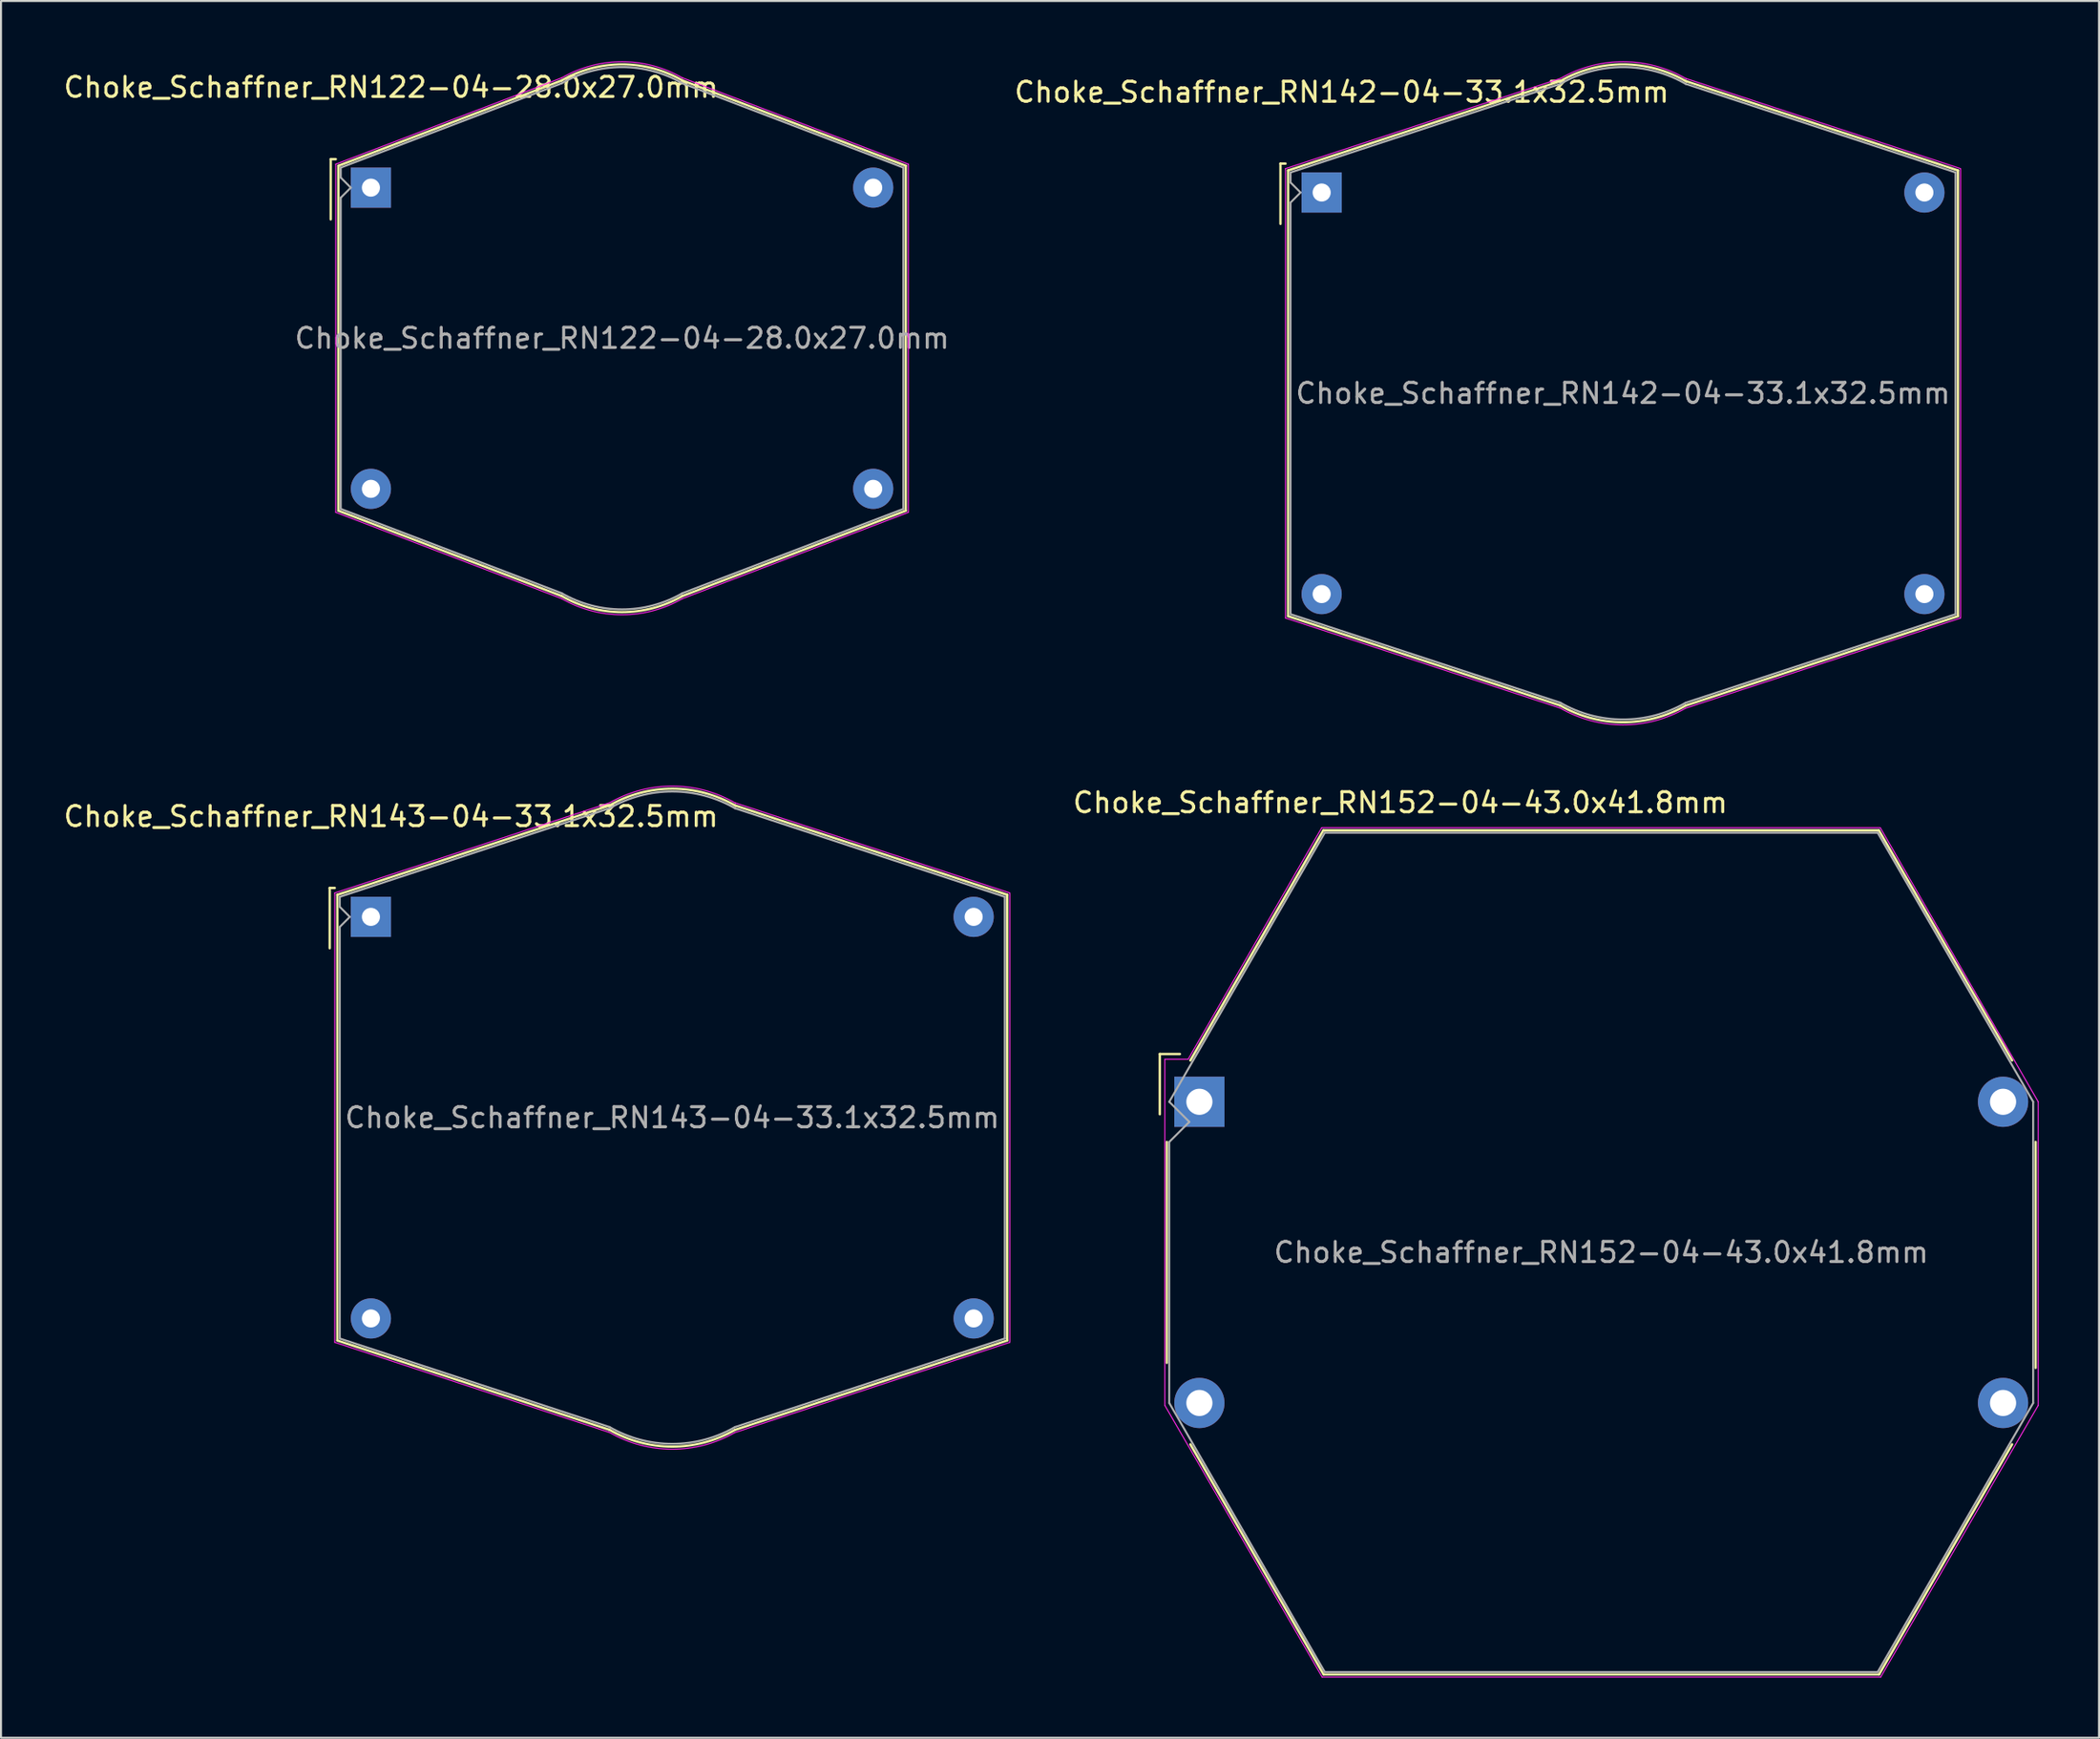
<source format=kicad_pcb>
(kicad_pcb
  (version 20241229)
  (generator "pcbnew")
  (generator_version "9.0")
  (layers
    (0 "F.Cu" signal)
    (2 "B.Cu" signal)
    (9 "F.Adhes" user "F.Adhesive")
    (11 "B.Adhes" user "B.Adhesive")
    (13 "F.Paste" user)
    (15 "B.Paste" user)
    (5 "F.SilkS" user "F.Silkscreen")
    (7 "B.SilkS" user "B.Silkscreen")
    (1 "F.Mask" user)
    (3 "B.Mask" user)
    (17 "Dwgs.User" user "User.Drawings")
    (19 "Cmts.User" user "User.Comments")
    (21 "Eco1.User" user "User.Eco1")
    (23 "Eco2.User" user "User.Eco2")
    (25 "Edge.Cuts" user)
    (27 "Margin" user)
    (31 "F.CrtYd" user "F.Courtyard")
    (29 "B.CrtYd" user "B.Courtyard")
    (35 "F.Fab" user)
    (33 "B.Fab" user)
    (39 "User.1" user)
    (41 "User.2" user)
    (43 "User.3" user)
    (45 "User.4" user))
  (footprint "Choke_Schaffner_RN122-04-28.0x27.0mm"
    (layer "F.Cu")
    (at 15.411 6.296)
    (property "Reference" "Choke_Schaffner_RN122-04-28.0x27.0mm" (at 1 -5 0) (layer "F.SilkS") (effects (font (size 1 1) (thickness 0.15))))
    (attr through_hole)
    (fp_line (start -2 -1.42) (end -2 1.58) (stroke (width 0.12) (type solid)) (layer "F.SilkS"))
    (fp_line (start -2 -1.42) (end -1.75 -1.42) (stroke (width 0.12) (type solid)) (layer "F.SilkS"))
    (fp_line (start -1.62 -1.09) (end 9.5 -5.34) (stroke (width 0.12) (type solid)) (layer "F.SilkS"))
    (fp_line (start -1.62 16.09) (end -1.62 -1.09) (stroke (width 0.12) (type solid)) (layer "F.SilkS"))
    (fp_line (start 9.5 20.34) (end -1.62 16.09) (stroke (width 0.12) (type solid)) (layer "F.SilkS"))
    (fp_line (start 15.5 -5.34) (end 26.62 -1.09) (stroke (width 0.12) (type solid)) (layer "F.SilkS"))
    (fp_line (start 26.62 -1.09) (end 26.62 16.09) (stroke (width 0.12) (type solid)) (layer "F.SilkS"))
    (fp_line (start 26.62 16.09) (end 15.5 20.34) (stroke (width 0.12) (type solid)) (layer "F.SilkS"))
    (fp_arc (start 9.5 -5.34) (mid 12.511924 -6.140653) (end 15.520653 -5.328076) (stroke (width 0.12) (type solid)) (layer "F.SilkS"))
    (fp_arc (start 15.5 20.34) (mid 12.488076 21.140653) (end 9.479347 20.328076) (stroke (width 0.12) (type solid)) (layer "F.SilkS"))
    (fp_line (start -1.75 -1.17) (end 9.5 -5.47) (stroke (width 0.05) (type solid)) (layer "F.CrtYd"))
    (fp_line (start -1.75 16.17) (end -1.75 -1.17) (stroke (width 0.05) (type solid)) (layer "F.CrtYd"))
    (fp_line (start 9.5 20.47) (end -1.75 16.17) (stroke (width 0.05) (type solid)) (layer "F.CrtYd"))
    (fp_line (start 15.5 -5.47) (end 26.75 -1.17) (stroke (width 0.05) (type solid)) (layer "F.CrtYd"))
    (fp_line (start 26.75 -1.17) (end 26.75 16.17) (stroke (width 0.05) (type solid)) (layer "F.CrtYd"))
    (fp_line (start 26.75 16.17) (end 15.5 20.47) (stroke (width 0.05) (type solid)) (layer "F.CrtYd"))
    (fp_arc (start 9.5 -5.47) (mid 12.511924 -6.270653) (end 15.520653 -5.458076) (stroke (width 0.05) (type solid)) (layer "F.CrtYd"))
    (fp_arc (start 15.5 20.47) (mid 12.488076 21.270653) (end 9.479347 20.458076) (stroke (width 0.05) (type solid)) (layer "F.CrtYd"))
    (fp_line (start -1.5 -1) (end 9.5 -5.2) (stroke (width 0.1) (type solid)) (layer "F.Fab"))
    (fp_line (start -1.5 -0.5) (end -1.5 -1) (stroke (width 0.1) (type solid)) (layer "F.Fab"))
    (fp_line (start -1.5 0.5) (end -1 0) (stroke (width 0.1) (type solid)) (layer "F.Fab"))
    (fp_line (start -1.5 16) (end -1.5 0.5) (stroke (width 0.1) (type solid)) (layer "F.Fab"))
    (fp_line (start -1 0) (end -1.5 -0.5) (stroke (width 0.1) (type solid)) (layer "F.Fab"))
    (fp_line (start 9.5 20.2) (end -1.5 16) (stroke (width 0.1) (type solid)) (layer "F.Fab"))
    (fp_line (start 15.5 -5.2) (end 26.5 -1) (stroke (width 0.1) (type solid)) (layer "F.Fab"))
    (fp_line (start 26.5 -1) (end 26.5 16) (stroke (width 0.1) (type solid)) (layer "F.Fab"))
    (fp_line (start 26.5 16) (end 15.5 20.2) (stroke (width 0.1) (type solid)) (layer "F.Fab"))
    (fp_arc (start 9.5 -5.2) (mid 12.501924 -6.003332) (end 15.503332 -5.198076) (stroke (width 0.1) (type solid)) (layer "F.Fab"))
    (fp_arc (start 15.5 20.2) (mid 12.498076 21.003332) (end 9.496668 20.198076) (stroke (width 0.1) (type solid)) (layer "F.Fab"))
    (fp_text user "${REFERENCE}" (at 12.5 7.5 0) (layer "F.Fab") (effects (font (size 1 1) (thickness 0.15))))
    (pad "1" thru_hole rect (at 0 0) (size 2 2) (drill 0.9) (layers "*.Cu" "*.Mask"))
    (pad "2" thru_hole circle (at 25 0) (size 2 2) (drill 0.9) (layers "*.Cu" "*.Mask"))
    (pad "3" thru_hole circle (at 0 15) (size 2 2) (drill 0.9) (layers "*.Cu" "*.Mask"))
    (pad "4" thru_hole circle (at 25 15) (size 2 2) (drill 0.9) (layers "*.Cu" "*.Mask")))
  (footprint "Choke_Schaffner_RN143-04-33.1x32.5mm"
    (layer "F.Cu")
    (at 15.411 42.613)
    (property "Reference" "Choke_Schaffner_RN143-04-33.1x32.5mm" (at 1 -5 0) (layer "F.SilkS") (effects (font (size 1 1) (thickness 0.15))))
    (attr through_hole)
    (fp_line (start -2.05 -1.44) (end -2.05 1.56) (stroke (width 0.12) (type solid)) (layer "F.SilkS"))
    (fp_line (start -2.05 -1.44) (end -1.8 -1.44) (stroke (width 0.12) (type solid)) (layer "F.SilkS"))
    (fp_line (start -1.67 -1.1) (end 11.88 -5.55) (stroke (width 0.12) (type solid)) (layer "F.SilkS"))
    (fp_line (start -1.67 21.1) (end -1.67 -1.1) (stroke (width 0.12) (type solid)) (layer "F.SilkS"))
    (fp_line (start 11.88 25.55) (end -1.67 21.1) (stroke (width 0.12) (type solid)) (layer "F.SilkS"))
    (fp_line (start 18.12 -5.55) (end 31.67 -1.1) (stroke (width 0.12) (type solid)) (layer "F.SilkS"))
    (fp_line (start 31.67 -1.1) (end 31.67 21.1) (stroke (width 0.12) (type solid)) (layer "F.SilkS"))
    (fp_line (start 31.67 21.1) (end 18.12 25.55) (stroke (width 0.12) (type solid)) (layer "F.SilkS"))
    (fp_arc (start 11.88 -5.55) (mid 15.013001 -6.382518) (end 18.142518 -5.536999) (stroke (width 0.12) (type solid)) (layer "F.SilkS"))
    (fp_arc (start 18.12 25.55) (mid 14.986999 26.382518) (end 11.857482 25.536999) (stroke (width 0.12) (type solid)) (layer "F.SilkS"))
    (fp_line (start -1.8 -1.19) (end 11.88 -5.68) (stroke (width 0.05) (type solid)) (layer "F.CrtYd"))
    (fp_line (start -1.8 21.19) (end -1.8 -1.19) (stroke (width 0.05) (type solid)) (layer "F.CrtYd"))
    (fp_line (start 11.88 25.68) (end -1.8 21.19) (stroke (width 0.05) (type solid)) (layer "F.CrtYd"))
    (fp_line (start 18.12 -5.68) (end 31.8 -1.19) (stroke (width 0.05) (type solid)) (layer "F.CrtYd"))
    (fp_line (start 31.8 -1.19) (end 31.8 21.19) (stroke (width 0.05) (type solid)) (layer "F.CrtYd"))
    (fp_line (start 31.8 21.19) (end 18.12 25.68) (stroke (width 0.05) (type solid)) (layer "F.CrtYd"))
    (fp_arc (start 11.88 -5.68) (mid 15.013001 -6.512518) (end 18.142518 -5.666999) (stroke (width 0.05) (type solid)) (layer "F.CrtYd"))
    (fp_arc (start 18.12 25.68) (mid 14.986999 26.512518) (end 11.857482 25.666999) (stroke (width 0.05) (type solid)) (layer "F.CrtYd"))
    (fp_line (start -1.55 -1) (end 11.88 -5.41) (stroke (width 0.1) (type solid)) (layer "F.Fab"))
    (fp_line (start -1.55 -0.5) (end -1.55 -1) (stroke (width 0.1) (type solid)) (layer "F.Fab"))
    (fp_line (start -1.55 0.5) (end -1.05 0) (stroke (width 0.1) (type solid)) (layer "F.Fab"))
    (fp_line (start -1.55 21) (end -1.55 0.5) (stroke (width 0.1) (type solid)) (layer "F.Fab"))
    (fp_line (start -1.05 0) (end -1.55 -0.5) (stroke (width 0.1) (type solid)) (layer "F.Fab"))
    (fp_line (start 11.88 25.41) (end -1.55 21) (stroke (width 0.1) (type solid)) (layer "F.Fab"))
    (fp_line (start 18.12 -5.41) (end 31.55 -1) (stroke (width 0.1) (type solid)) (layer "F.Fab"))
    (fp_line (start 31.55 -1) (end 31.55 21) (stroke (width 0.1) (type solid)) (layer "F.Fab"))
    (fp_line (start 31.55 21) (end 18.12 25.41) (stroke (width 0.1) (type solid)) (layer "F.Fab"))
    (fp_arc (start 11.88 -5.41) (mid 15.003001 -6.245197) (end 18.125197 -5.406999) (stroke (width 0.1) (type solid)) (layer "F.Fab"))
    (fp_arc (start 18.12 25.41) (mid 14.996999 26.245197) (end 11.874803 25.406999) (stroke (width 0.1) (type solid)) (layer "F.Fab"))
    (fp_text user "${REFERENCE}" (at 15 10 0) (layer "F.Fab") (effects (font (size 1 1) (thickness 0.15))))
    (pad "1" thru_hole rect (at 0 0) (size 2 2) (drill 0.9) (layers "*.Cu" "*.Mask"))
    (pad "2" thru_hole circle (at 30 0) (size 2 2) (drill 0.9) (layers "*.Cu" "*.Mask"))
    (pad "3" thru_hole circle (at 0 20) (size 2 2) (drill 0.9) (layers "*.Cu" "*.Mask"))
    (pad "4" thru_hole circle (at 30 20) (size 2 2) (drill 0.9) (layers "*.Cu" "*.Mask")))
  (footprint "Choke_Schaffner_RN142-04-33.1x32.5mm"
    (layer "F.Cu")
    (at 62.732 6.538)
    (property "Reference" "Choke_Schaffner_RN142-04-33.1x32.5mm" (at 1 -5 0) (layer "F.SilkS") (effects (font (size 1 1) (thickness 0.15))))
    (attr through_hole)
    (fp_line (start -2.05 -1.44) (end -2.05 1.56) (stroke (width 0.12) (type solid)) (layer "F.SilkS"))
    (fp_line (start -2.05 -1.44) (end -1.8 -1.44) (stroke (width 0.12) (type solid)) (layer "F.SilkS"))
    (fp_line (start -1.67 -1.1) (end 11.88 -5.55) (stroke (width 0.12) (type solid)) (layer "F.SilkS"))
    (fp_line (start -1.67 21.1) (end -1.67 -1.1) (stroke (width 0.12) (type solid)) (layer "F.SilkS"))
    (fp_line (start 11.88 25.55) (end -1.67 21.1) (stroke (width 0.12) (type solid)) (layer "F.SilkS"))
    (fp_line (start 18.12 -5.55) (end 31.67 -1.1) (stroke (width 0.12) (type solid)) (layer "F.SilkS"))
    (fp_line (start 31.67 -1.1) (end 31.67 21.1) (stroke (width 0.12) (type solid)) (layer "F.SilkS"))
    (fp_line (start 31.67 21.1) (end 18.12 25.55) (stroke (width 0.12) (type solid)) (layer "F.SilkS"))
    (fp_arc (start 11.88 -5.55) (mid 15.013001 -6.382518) (end 18.142518 -5.536999) (stroke (width 0.12) (type solid)) (layer "F.SilkS"))
    (fp_arc (start 18.12 25.55) (mid 14.986999 26.382518) (end 11.857482 25.536999) (stroke (width 0.12) (type solid)) (layer "F.SilkS"))
    (fp_line (start -1.8 -1.19) (end 11.88 -5.68) (stroke (width 0.05) (type solid)) (layer "F.CrtYd"))
    (fp_line (start -1.8 21.19) (end -1.8 -1.19) (stroke (width 0.05) (type solid)) (layer "F.CrtYd"))
    (fp_line (start 11.88 25.68) (end -1.8 21.19) (stroke (width 0.05) (type solid)) (layer "F.CrtYd"))
    (fp_line (start 18.12 -5.68) (end 31.8 -1.19) (stroke (width 0.05) (type solid)) (layer "F.CrtYd"))
    (fp_line (start 31.8 -1.19) (end 31.8 21.19) (stroke (width 0.05) (type solid)) (layer "F.CrtYd"))
    (fp_line (start 31.8 21.19) (end 18.12 25.68) (stroke (width 0.05) (type solid)) (layer "F.CrtYd"))
    (fp_arc (start 11.88 -5.68) (mid 15.013001 -6.512518) (end 18.142518 -5.666999) (stroke (width 0.05) (type solid)) (layer "F.CrtYd"))
    (fp_arc (start 18.12 25.68) (mid 14.986999 26.512518) (end 11.857482 25.666999) (stroke (width 0.05) (type solid)) (layer "F.CrtYd"))
    (fp_line (start -1.55 -1) (end 11.88 -5.41) (stroke (width 0.1) (type solid)) (layer "F.Fab"))
    (fp_line (start -1.55 -0.5) (end -1.55 -1) (stroke (width 0.1) (type solid)) (layer "F.Fab"))
    (fp_line (start -1.55 0.5) (end -1.05 0) (stroke (width 0.1) (type solid)) (layer "F.Fab"))
    (fp_line (start -1.55 21) (end -1.55 0.5) (stroke (width 0.1) (type solid)) (layer "F.Fab"))
    (fp_line (start -1.05 0) (end -1.55 -0.5) (stroke (width 0.1) (type solid)) (layer "F.Fab"))
    (fp_line (start 11.88 25.41) (end -1.55 21) (stroke (width 0.1) (type solid)) (layer "F.Fab"))
    (fp_line (start 18.12 -5.41) (end 31.55 -1) (stroke (width 0.1) (type solid)) (layer "F.Fab"))
    (fp_line (start 31.55 -1) (end 31.55 21) (stroke (width 0.1) (type solid)) (layer "F.Fab"))
    (fp_line (start 31.55 21) (end 18.12 25.41) (stroke (width 0.1) (type solid)) (layer "F.Fab"))
    (fp_arc (start 11.88 -5.41) (mid 15.003001 -6.245197) (end 18.125197 -5.406999) (stroke (width 0.1) (type solid)) (layer "F.Fab"))
    (fp_arc (start 18.12 25.41) (mid 14.996999 26.245197) (end 11.874803 25.406999) (stroke (width 0.1) (type solid)) (layer "F.Fab"))
    (fp_text user "${REFERENCE}" (at 15 10 0) (layer "F.Fab") (effects (font (size 1 1) (thickness 0.15))))
    (pad "1" thru_hole rect (at 0 0) (size 2 2) (drill 0.9) (layers "*.Cu" "*.Mask"))
    (pad "2" thru_hole circle (at 30 0) (size 2 2) (drill 0.9) (layers "*.Cu" "*.Mask"))
    (pad "3" thru_hole circle (at 0 20) (size 2 2) (drill 0.9) (layers "*.Cu" "*.Mask"))
    (pad "4" thru_hole circle (at 30 20) (size 2 2) (drill 0.9) (layers "*.Cu" "*.Mask")))
  (footprint "Choke_Schaffner_RN152-04-43.0x41.8mm"
    (layer "F.Cu")
    (at 56.646 51.823)
    (property "Reference" "Choke_Schaffner_RN152-04-43.0x41.8mm" (at 10 -14.9 0) (layer "F.SilkS") (effects (font (size 1 1) (thickness 0.15))))
    (attr through_hole)
    (fp_line (start -1.97 -2.38) (end -1.97 0.62) (stroke (width 0.12) (type solid)) (layer "F.SilkS"))
    (fp_line (start -1.97 -2.38) (end -0.97 -2.38) (stroke (width 0.12) (type solid)) (layer "F.SilkS"))
    (fp_line (start -1.62 13) (end -1.62 2) (stroke (width 0.12) (type solid)) (layer "F.SilkS"))
    (fp_line (start -0.45 -2.06) (end 6.17 -13.52) (stroke (width 0.12) (type solid)) (layer "F.SilkS"))
    (fp_line (start 6.17 -13.52) (end 33.82 -13.52) (stroke (width 0.12) (type solid)) (layer "F.SilkS"))
    (fp_line (start 6.18 28.52) (end -0.45 17.06) (stroke (width 0.12) (type solid)) (layer "F.SilkS"))
    (fp_line (start 33.82 -13.52) (end 40.45 -2.06) (stroke (width 0.12) (type solid)) (layer "F.SilkS"))
    (fp_line (start 33.83 28.52) (end 6.18 28.52) (stroke (width 0.12) (type solid)) (layer "F.SilkS"))
    (fp_line (start 40.45 17.06) (end 33.83 28.52) (stroke (width 0.12) (type solid)) (layer "F.SilkS"))
    (fp_line (start 41.62 2) (end 41.62 13.25) (stroke (width 0.12) (type solid)) (layer "F.SilkS"))
    (fp_line (start -1.72 -2.12) (end -0.56 -2.12) (stroke (width 0.05) (type solid)) (layer "F.CrtYd"))
    (fp_line (start -1.72 15.12) (end -1.72 -2.12) (stroke (width 0.05) (type solid)) (layer "F.CrtYd"))
    (fp_line (start -0.56 -2.12) (end 6.09 -13.65) (stroke (width 0.05) (type solid)) (layer "F.CrtYd"))
    (fp_line (start 6.09 -13.65) (end 33.89 -13.65) (stroke (width 0.05) (type solid)) (layer "F.CrtYd"))
    (fp_line (start 6.11 28.65) (end -1.72 15.12) (stroke (width 0.05) (type solid)) (layer "F.CrtYd"))
    (fp_line (start 33.89 -13.65) (end 41.75 0) (stroke (width 0.05) (type solid)) (layer "F.CrtYd"))
    (fp_line (start 33.91 28.65) (end 6.11 28.65) (stroke (width 0.05) (type solid)) (layer "F.CrtYd"))
    (fp_line (start 41.75 0) (end 41.75 15.12) (stroke (width 0.05) (type solid)) (layer "F.CrtYd"))
    (fp_line (start 41.75 15.12) (end 33.91 28.65) (stroke (width 0.05) (type solid)) (layer "F.CrtYd"))
    (fp_line (start -1.5 0) (end 6.24 -13.4) (stroke (width 0.1) (type solid)) (layer "F.Fab"))
    (fp_line (start -1.5 2) (end -0.5 1) (stroke (width 0.1) (type solid)) (layer "F.Fab"))
    (fp_line (start -1.5 15) (end -1.5 2) (stroke (width 0.1) (type solid)) (layer "F.Fab"))
    (fp_line (start -0.5 1) (end -1.5 0) (stroke (width 0.1) (type solid)) (layer "F.Fab"))
    (fp_line (start 6.24 -13.4) (end 33.76 -13.4) (stroke (width 0.1) (type solid)) (layer "F.Fab"))
    (fp_line (start 6.24 28.4) (end -1.5 15) (stroke (width 0.1) (type solid)) (layer "F.Fab"))
    (fp_line (start 33.76 -13.4) (end 41.5 0) (stroke (width 0.1) (type solid)) (layer "F.Fab"))
    (fp_line (start 33.76 28.4) (end 6.24 28.4) (stroke (width 0.1) (type solid)) (layer "F.Fab"))
    (fp_line (start 41.5 0) (end 41.5 15) (stroke (width 0.1) (type solid)) (layer "F.Fab"))
    (fp_line (start 41.5 15) (end 33.76 28.4) (stroke (width 0.1) (type solid)) (layer "F.Fab"))
    (fp_text user "${REFERENCE}" (at 20 7.5 0) (layer "F.Fab") (effects (font (size 1 1) (thickness 0.15))))
    (pad "1" thru_hole rect (at 0 0) (size 2.5 2.5) (drill 1.3) (layers "*.Cu" "*.Mask"))
    (pad "2" thru_hole circle (at 40 0) (size 2.5 2.5) (drill 1.3) (layers "*.Cu" "*.Mask"))
    (pad "3" thru_hole circle (at 0 15) (size 2.5 2.5) (drill 1.3) (layers "*.Cu" "*.Mask"))
    (pad "4" thru_hole circle (at 40 15) (size 2.5 2.5) (drill 1.3) (layers "*.Cu" "*.Mask")))
  (gr_rect
    (start -3 -3)
    (end 101.421 83.498)
    (stroke (width 0.1) (type default))
    (fill no)
    (layer "Edge.Cuts")))
</source>
